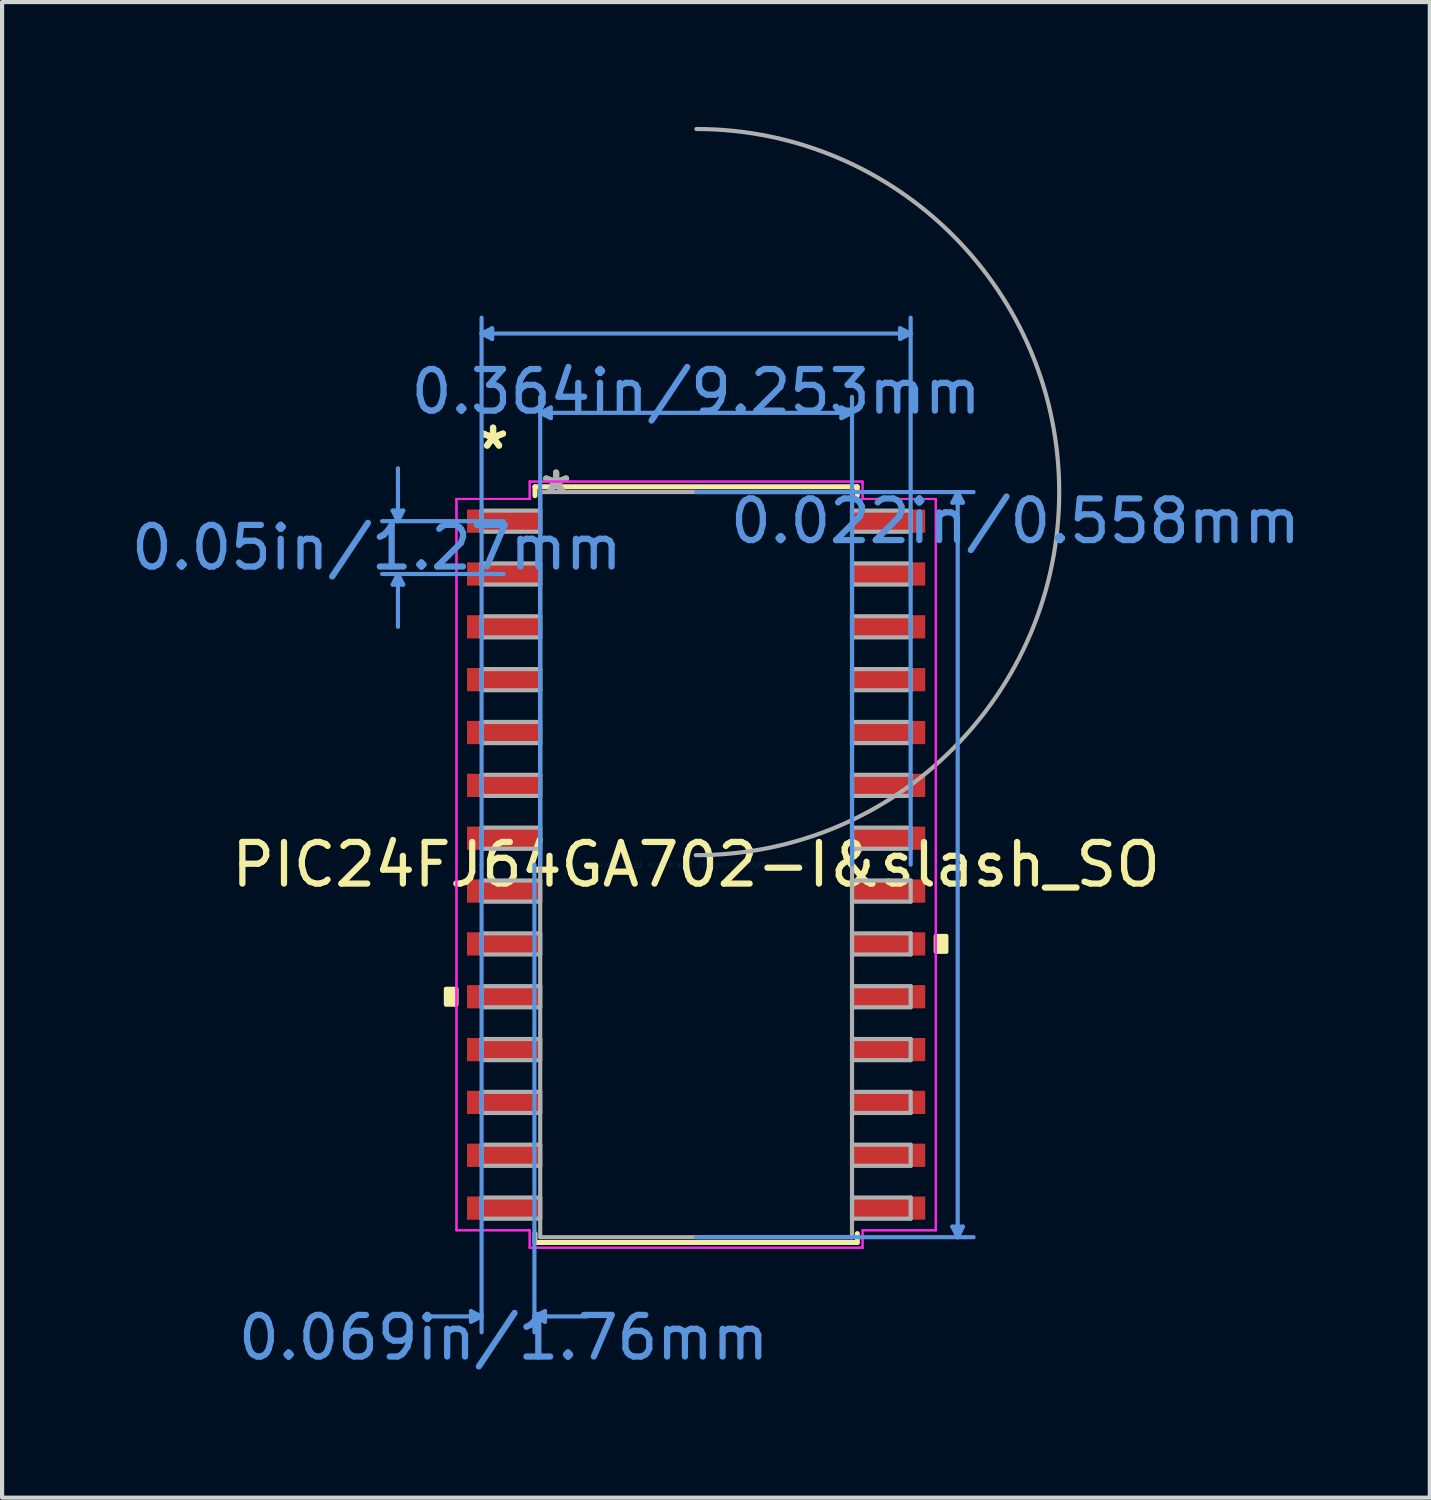
<source format=kicad_pcb>
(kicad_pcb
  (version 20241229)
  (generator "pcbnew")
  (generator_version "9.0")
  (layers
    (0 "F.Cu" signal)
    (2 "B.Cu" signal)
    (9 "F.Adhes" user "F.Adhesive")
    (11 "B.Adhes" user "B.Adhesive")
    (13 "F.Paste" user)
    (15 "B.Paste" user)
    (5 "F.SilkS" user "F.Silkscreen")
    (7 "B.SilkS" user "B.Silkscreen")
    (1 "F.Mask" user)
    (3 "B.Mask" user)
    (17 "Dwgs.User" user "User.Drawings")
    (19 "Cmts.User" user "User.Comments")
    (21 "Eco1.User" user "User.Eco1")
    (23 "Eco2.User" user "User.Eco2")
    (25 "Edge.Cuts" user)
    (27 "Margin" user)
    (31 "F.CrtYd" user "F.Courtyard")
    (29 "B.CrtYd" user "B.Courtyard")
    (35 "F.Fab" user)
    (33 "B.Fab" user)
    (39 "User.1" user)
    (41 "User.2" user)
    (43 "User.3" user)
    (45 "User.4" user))
  (footprint "PIC24FJ64GA702-I&slash_SO"
    (layer "F.Cu")
    (at 13.68 17.73)
    (property "Reference" "PIC24FJ64GA702-I&slash_SO" (at 0 0 0) (layer "F.SilkS") (effects (font (size 1 1) (thickness 0.15))))
    (attr through_hole)
    (fp_line (start -3.873 -9.081) (end -3.873 -8.867) (stroke (width 0.12) (type solid)) (layer "F.SilkS"))
    (fp_line (start -3.873 8.867) (end -3.873 9.081) (stroke (width 0.12) (type solid)) (layer "F.SilkS"))
    (fp_line (start -3.873 9.081) (end 3.873 9.081) (stroke (width 0.12) (type solid)) (layer "F.SilkS"))
    (fp_line (start 3.873 -9.081) (end -3.873 -9.081) (stroke (width 0.12) (type solid)) (layer "F.SilkS"))
    (fp_line (start 3.873 -8.867) (end 3.873 -9.081) (stroke (width 0.12) (type solid)) (layer "F.SilkS"))
    (fp_line (start 3.873 9.081) (end 3.873 8.867) (stroke (width 0.12) (type solid)) (layer "F.SilkS"))
    (fp_poly (pts (xy -6.014 2.985) (xy -6.014 3.365) (xy -5.76 3.365) (xy -5.76 2.985)) (stroke (width 0.1) (type solid)) (fill yes) (layer "F.SilkS"))
    (fp_poly (pts (xy 6.014 1.714) (xy 6.014 2.095) (xy 5.76 2.095) (xy 5.76 1.714)) (stroke (width 0.1) (type solid)) (fill yes) (layer "F.SilkS"))
    (fp_line (start -7.293 -8.509) (end -7.039 -8.509) (stroke (width 0.1) (type solid)) (layer "Cmts.User"))
    (fp_line (start -7.293 -6.731) (end -7.039 -6.731) (stroke (width 0.1) (type solid)) (layer "Cmts.User"))
    (fp_line (start -7.166 -8.255) (end -7.293 -8.509) (stroke (width 0.1) (type solid)) (layer "Cmts.User"))
    (fp_line (start -7.166 -8.255) (end -7.166 -9.525) (stroke (width 0.1) (type solid)) (layer "Cmts.User"))
    (fp_line (start -7.166 -8.255) (end -7.039 -8.509) (stroke (width 0.1) (type solid)) (layer "Cmts.User"))
    (fp_line (start -7.166 -6.985) (end -7.293 -6.731) (stroke (width 0.1) (type solid)) (layer "Cmts.User"))
    (fp_line (start -7.166 -6.985) (end -7.166 -5.715) (stroke (width 0.1) (type solid)) (layer "Cmts.User"))
    (fp_line (start -7.166 -6.985) (end -7.039 -6.731) (stroke (width 0.1) (type solid)) (layer "Cmts.User"))
    (fp_line (start -5.41 10.732) (end -5.41 10.986) (stroke (width 0.1) (type solid)) (layer "Cmts.User"))
    (fp_line (start -5.156 -12.764) (end -4.902 -12.89) (stroke (width 0.1) (type solid)) (layer "Cmts.User"))
    (fp_line (start -5.156 -12.764) (end -4.902 -12.636) (stroke (width 0.1) (type solid)) (layer "Cmts.User"))
    (fp_line (start -5.156 -12.764) (end 5.156 -12.764) (stroke (width 0.1) (type solid)) (layer "Cmts.User"))
    (fp_line (start -5.156 0) (end -5.156 -13.145) (stroke (width 0.1) (type solid)) (layer "Cmts.User"))
    (fp_line (start -5.156 0) (end -5.156 11.239) (stroke (width 0.1) (type solid)) (layer "Cmts.User"))
    (fp_line (start -5.156 10.858) (end -6.426 10.858) (stroke (width 0.1) (type solid)) (layer "Cmts.User"))
    (fp_line (start -5.156 10.858) (end -5.41 10.732) (stroke (width 0.1) (type solid)) (layer "Cmts.User"))
    (fp_line (start -5.156 10.858) (end -5.41 10.986) (stroke (width 0.1) (type solid)) (layer "Cmts.User"))
    (fp_line (start -4.902 -12.89) (end -4.902 -12.636) (stroke (width 0.1) (type solid)) (layer "Cmts.User"))
    (fp_line (start -4.626 -8.255) (end -7.547 -8.255) (stroke (width 0.1) (type solid)) (layer "Cmts.User"))
    (fp_line (start -4.626 -6.985) (end -7.547 -6.985) (stroke (width 0.1) (type solid)) (layer "Cmts.User"))
    (fp_line (start -3.886 0) (end -3.886 11.239) (stroke (width 0.1) (type solid)) (layer "Cmts.User"))
    (fp_line (start -3.886 10.858) (end -3.632 10.732) (stroke (width 0.1) (type solid)) (layer "Cmts.User"))
    (fp_line (start -3.886 10.858) (end -3.632 10.986) (stroke (width 0.1) (type solid)) (layer "Cmts.User"))
    (fp_line (start -3.886 10.858) (end -2.616 10.858) (stroke (width 0.1) (type solid)) (layer "Cmts.User"))
    (fp_line (start -3.747 -10.858) (end -3.493 -10.986) (stroke (width 0.1) (type solid)) (layer "Cmts.User"))
    (fp_line (start -3.747 -10.858) (end -3.493 -10.732) (stroke (width 0.1) (type solid)) (layer "Cmts.User"))
    (fp_line (start -3.747 -10.858) (end 3.747 -10.858) (stroke (width 0.1) (type solid)) (layer "Cmts.User"))
    (fp_line (start -3.747 0) (end -3.747 -11.239) (stroke (width 0.1) (type solid)) (layer "Cmts.User"))
    (fp_line (start -3.632 10.732) (end -3.632 10.986) (stroke (width 0.1) (type solid)) (layer "Cmts.User"))
    (fp_line (start -3.493 -10.986) (end -3.493 -10.732) (stroke (width 0.1) (type solid)) (layer "Cmts.User"))
    (fp_line (start 0 -8.954) (end 6.668 -8.954) (stroke (width 0.1) (type solid)) (layer "Cmts.User"))
    (fp_line (start 0 8.954) (end 6.668 8.954) (stroke (width 0.1) (type solid)) (layer "Cmts.User"))
    (fp_line (start 3.493 -10.986) (end 3.493 -10.732) (stroke (width 0.1) (type solid)) (layer "Cmts.User"))
    (fp_line (start 3.747 -10.858) (end 3.493 -10.986) (stroke (width 0.1) (type solid)) (layer "Cmts.User"))
    (fp_line (start 3.747 -10.858) (end 3.493 -10.732) (stroke (width 0.1) (type solid)) (layer "Cmts.User"))
    (fp_line (start 3.747 0) (end 3.747 -11.239) (stroke (width 0.1) (type solid)) (layer "Cmts.User"))
    (fp_line (start 4.902 -12.89) (end 4.902 -12.636) (stroke (width 0.1) (type solid)) (layer "Cmts.User"))
    (fp_line (start 5.156 -12.764) (end 4.902 -12.89) (stroke (width 0.1) (type solid)) (layer "Cmts.User"))
    (fp_line (start 5.156 -12.764) (end 4.902 -12.636) (stroke (width 0.1) (type solid)) (layer "Cmts.User"))
    (fp_line (start 5.156 0) (end 5.156 -13.145) (stroke (width 0.1) (type solid)) (layer "Cmts.User"))
    (fp_line (start 6.16 -8.7) (end 6.413 -8.7) (stroke (width 0.1) (type solid)) (layer "Cmts.User"))
    (fp_line (start 6.16 8.7) (end 6.413 8.7) (stroke (width 0.1) (type solid)) (layer "Cmts.User"))
    (fp_line (start 6.287 -8.954) (end 6.16 -8.7) (stroke (width 0.1) (type solid)) (layer "Cmts.User"))
    (fp_line (start 6.287 -8.954) (end 6.287 8.954) (stroke (width 0.1) (type solid)) (layer "Cmts.User"))
    (fp_line (start 6.287 -8.954) (end 6.413 -8.7) (stroke (width 0.1) (type solid)) (layer "Cmts.User"))
    (fp_line (start 6.287 8.954) (end 6.16 8.7) (stroke (width 0.1) (type solid)) (layer "Cmts.User"))
    (fp_line (start 6.287 8.954) (end 6.413 8.7) (stroke (width 0.1) (type solid)) (layer "Cmts.User"))
    (fp_line (start -5.76 -8.788) (end -4 -8.788) (stroke (width 0.05) (type solid)) (layer "F.CrtYd"))
    (fp_line (start -5.76 -8.788) (end -4 -8.788) (stroke (width 0.05) (type solid)) (layer "F.CrtYd"))
    (fp_line (start -5.76 8.788) (end -5.76 -8.788) (stroke (width 0.05) (type solid)) (layer "F.CrtYd"))
    (fp_line (start -5.76 8.788) (end -5.76 -8.788) (stroke (width 0.05) (type solid)) (layer "F.CrtYd"))
    (fp_line (start -5.76 8.788) (end -4 8.788) (stroke (width 0.05) (type solid)) (layer "F.CrtYd"))
    (fp_line (start -4 -9.207) (end 4 -9.207) (stroke (width 0.05) (type solid)) (layer "F.CrtYd"))
    (fp_line (start -4 -9.207) (end 4 -9.207) (stroke (width 0.05) (type solid)) (layer "F.CrtYd"))
    (fp_line (start -4 -8.788) (end -4 -9.207) (stroke (width 0.05) (type solid)) (layer "F.CrtYd"))
    (fp_line (start -4 -8.788) (end -4 -9.207) (stroke (width 0.05) (type solid)) (layer "F.CrtYd"))
    (fp_line (start -4 8.788) (end -5.76 8.788) (stroke (width 0.05) (type solid)) (layer "F.CrtYd"))
    (fp_line (start -4 9.207) (end -4 8.788) (stroke (width 0.05) (type solid)) (layer "F.CrtYd"))
    (fp_line (start -4 9.207) (end -4 8.788) (stroke (width 0.05) (type solid)) (layer "F.CrtYd"))
    (fp_line (start 4 -9.207) (end 4 -8.788) (stroke (width 0.05) (type solid)) (layer "F.CrtYd"))
    (fp_line (start 4 -9.207) (end 4 -8.788) (stroke (width 0.05) (type solid)) (layer "F.CrtYd"))
    (fp_line (start 4 -8.788) (end 5.76 -8.788) (stroke (width 0.05) (type solid)) (layer "F.CrtYd"))
    (fp_line (start 4 8.788) (end 4 9.207) (stroke (width 0.05) (type solid)) (layer "F.CrtYd"))
    (fp_line (start 4 8.788) (end 4 9.207) (stroke (width 0.05) (type solid)) (layer "F.CrtYd"))
    (fp_line (start 4 9.207) (end -4 9.207) (stroke (width 0.05) (type solid)) (layer "F.CrtYd"))
    (fp_line (start 4 9.207) (end -4 9.207) (stroke (width 0.05) (type solid)) (layer "F.CrtYd"))
    (fp_line (start 5.76 -8.788) (end 4 -8.788) (stroke (width 0.05) (type solid)) (layer "F.CrtYd"))
    (fp_line (start 5.76 -8.788) (end 5.76 8.788) (stroke (width 0.05) (type solid)) (layer "F.CrtYd"))
    (fp_line (start 5.76 -8.788) (end 5.76 8.788) (stroke (width 0.05) (type solid)) (layer "F.CrtYd"))
    (fp_line (start 5.76 8.788) (end 4 8.788) (stroke (width 0.05) (type solid)) (layer "F.CrtYd"))
    (fp_line (start 5.76 8.788) (end 4 8.788) (stroke (width 0.05) (type solid)) (layer "F.CrtYd"))
    (fp_line (start -5.156 -8.509) (end -5.156 -8.001) (stroke (width 0.1) (type solid)) (layer "F.Fab"))
    (fp_line (start -5.156 -8.001) (end -3.747 -8.001) (stroke (width 0.1) (type solid)) (layer "F.Fab"))
    (fp_line (start -5.156 -7.239) (end -5.156 -6.731) (stroke (width 0.1) (type solid)) (layer "F.Fab"))
    (fp_line (start -5.156 -6.731) (end -3.747 -6.731) (stroke (width 0.1) (type solid)) (layer "F.Fab"))
    (fp_line (start -5.156 -5.969) (end -5.156 -5.461) (stroke (width 0.1) (type solid)) (layer "F.Fab"))
    (fp_line (start -5.156 -5.461) (end -3.747 -5.461) (stroke (width 0.1) (type solid)) (layer "F.Fab"))
    (fp_line (start -5.156 -4.699) (end -5.156 -4.191) (stroke (width 0.1) (type solid)) (layer "F.Fab"))
    (fp_line (start -5.156 -4.191) (end -3.747 -4.191) (stroke (width 0.1) (type solid)) (layer "F.Fab"))
    (fp_line (start -5.156 -3.429) (end -5.156 -2.921) (stroke (width 0.1) (type solid)) (layer "F.Fab"))
    (fp_line (start -5.156 -2.921) (end -3.747 -2.921) (stroke (width 0.1) (type solid)) (layer "F.Fab"))
    (fp_line (start -5.156 -2.159) (end -5.156 -1.651) (stroke (width 0.1) (type solid)) (layer "F.Fab"))
    (fp_line (start -5.156 -1.651) (end -3.747 -1.651) (stroke (width 0.1) (type solid)) (layer "F.Fab"))
    (fp_line (start -5.156 -0.889) (end -5.156 -0.381) (stroke (width 0.1) (type solid)) (layer "F.Fab"))
    (fp_line (start -5.156 -0.381) (end -3.747 -0.381) (stroke (width 0.1) (type solid)) (layer "F.Fab"))
    (fp_line (start -5.156 0.381) (end -5.156 0.889) (stroke (width 0.1) (type solid)) (layer "F.Fab"))
    (fp_line (start -5.156 0.889) (end -3.747 0.889) (stroke (width 0.1) (type solid)) (layer "F.Fab"))
    (fp_line (start -5.156 1.651) (end -5.156 2.159) (stroke (width 0.1) (type solid)) (layer "F.Fab"))
    (fp_line (start -5.156 2.159) (end -3.747 2.159) (stroke (width 0.1) (type solid)) (layer "F.Fab"))
    (fp_line (start -5.156 2.921) (end -5.156 3.429) (stroke (width 0.1) (type solid)) (layer "F.Fab"))
    (fp_line (start -5.156 3.429) (end -3.747 3.429) (stroke (width 0.1) (type solid)) (layer "F.Fab"))
    (fp_line (start -5.156 4.191) (end -5.156 4.699) (stroke (width 0.1) (type solid)) (layer "F.Fab"))
    (fp_line (start -5.156 4.699) (end -3.747 4.699) (stroke (width 0.1) (type solid)) (layer "F.Fab"))
    (fp_line (start -5.156 5.461) (end -5.156 5.969) (stroke (width 0.1) (type solid)) (layer "F.Fab"))
    (fp_line (start -5.156 5.969) (end -3.747 5.969) (stroke (width 0.1) (type solid)) (layer "F.Fab"))
    (fp_line (start -5.156 6.731) (end -5.156 7.239) (stroke (width 0.1) (type solid)) (layer "F.Fab"))
    (fp_line (start -5.156 7.239) (end -3.747 7.239) (stroke (width 0.1) (type solid)) (layer "F.Fab"))
    (fp_line (start -5.156 8.001) (end -5.156 8.509) (stroke (width 0.1) (type solid)) (layer "F.Fab"))
    (fp_line (start -5.156 8.509) (end -3.747 8.509) (stroke (width 0.1) (type solid)) (layer "F.Fab"))
    (fp_line (start -3.747 -8.954) (end -3.747 8.954) (stroke (width 0.1) (type solid)) (layer "F.Fab"))
    (fp_line (start -3.747 -8.509) (end -5.156 -8.509) (stroke (width 0.1) (type solid)) (layer "F.Fab"))
    (fp_line (start -3.747 -8.001) (end -3.747 -8.509) (stroke (width 0.1) (type solid)) (layer "F.Fab"))
    (fp_line (start -3.747 -7.239) (end -5.156 -7.239) (stroke (width 0.1) (type solid)) (layer "F.Fab"))
    (fp_line (start -3.747 -6.731) (end -3.747 -7.239) (stroke (width 0.1) (type solid)) (layer "F.Fab"))
    (fp_line (start -3.747 -5.969) (end -5.156 -5.969) (stroke (width 0.1) (type solid)) (layer "F.Fab"))
    (fp_line (start -3.747 -5.461) (end -3.747 -5.969) (stroke (width 0.1) (type solid)) (layer "F.Fab"))
    (fp_line (start -3.747 -4.699) (end -5.156 -4.699) (stroke (width 0.1) (type solid)) (layer "F.Fab"))
    (fp_line (start -3.747 -4.191) (end -3.747 -4.699) (stroke (width 0.1) (type solid)) (layer "F.Fab"))
    (fp_line (start -3.747 -3.429) (end -5.156 -3.429) (stroke (width 0.1) (type solid)) (layer "F.Fab"))
    (fp_line (start -3.747 -2.921) (end -3.747 -3.429) (stroke (width 0.1) (type solid)) (layer "F.Fab"))
    (fp_line (start -3.747 -2.159) (end -5.156 -2.159) (stroke (width 0.1) (type solid)) (layer "F.Fab"))
    (fp_line (start -3.747 -1.651) (end -3.747 -2.159) (stroke (width 0.1) (type solid)) (layer "F.Fab"))
    (fp_line (start -3.747 -0.889) (end -5.156 -0.889) (stroke (width 0.1) (type solid)) (layer "F.Fab"))
    (fp_line (start -3.747 -0.381) (end -3.747 -0.889) (stroke (width 0.1) (type solid)) (layer "F.Fab"))
    (fp_line (start -3.747 0.381) (end -5.156 0.381) (stroke (width 0.1) (type solid)) (layer "F.Fab"))
    (fp_line (start -3.747 0.889) (end -3.747 0.381) (stroke (width 0.1) (type solid)) (layer "F.Fab"))
    (fp_line (start -3.747 1.651) (end -5.156 1.651) (stroke (width 0.1) (type solid)) (layer "F.Fab"))
    (fp_line (start -3.747 2.159) (end -3.747 1.651) (stroke (width 0.1) (type solid)) (layer "F.Fab"))
    (fp_line (start -3.747 2.921) (end -5.156 2.921) (stroke (width 0.1) (type solid)) (layer "F.Fab"))
    (fp_line (start -3.747 3.429) (end -3.747 2.921) (stroke (width 0.1) (type solid)) (layer "F.Fab"))
    (fp_line (start -3.747 4.191) (end -5.156 4.191) (stroke (width 0.1) (type solid)) (layer "F.Fab"))
    (fp_line (start -3.747 4.699) (end -3.747 4.191) (stroke (width 0.1) (type solid)) (layer "F.Fab"))
    (fp_line (start -3.747 5.461) (end -5.156 5.461) (stroke (width 0.1) (type solid)) (layer "F.Fab"))
    (fp_line (start -3.747 5.969) (end -3.747 5.461) (stroke (width 0.1) (type solid)) (layer "F.Fab"))
    (fp_line (start -3.747 6.731) (end -5.156 6.731) (stroke (width 0.1) (type solid)) (layer "F.Fab"))
    (fp_line (start -3.747 7.239) (end -3.747 6.731) (stroke (width 0.1) (type solid)) (layer "F.Fab"))
    (fp_line (start -3.747 8.001) (end -5.156 8.001) (stroke (width 0.1) (type solid)) (layer "F.Fab"))
    (fp_line (start -3.747 8.509) (end -3.747 8.001) (stroke (width 0.1) (type solid)) (layer "F.Fab"))
    (fp_line (start -3.747 8.954) (end 3.747 8.954) (stroke (width 0.1) (type solid)) (layer "F.Fab"))
    (fp_line (start 3.747 -8.954) (end -3.747 -8.954) (stroke (width 0.1) (type solid)) (layer "F.Fab"))
    (fp_line (start 3.747 -8.509) (end 3.747 -8.001) (stroke (width 0.1) (type solid)) (layer "F.Fab"))
    (fp_line (start 3.747 -8.001) (end 5.156 -8.001) (stroke (width 0.1) (type solid)) (layer "F.Fab"))
    (fp_line (start 3.747 -7.239) (end 3.747 -6.731) (stroke (width 0.1) (type solid)) (layer "F.Fab"))
    (fp_line (start 3.747 -6.731) (end 5.156 -6.731) (stroke (width 0.1) (type solid)) (layer "F.Fab"))
    (fp_line (start 3.747 -5.969) (end 3.747 -5.461) (stroke (width 0.1) (type solid)) (layer "F.Fab"))
    (fp_line (start 3.747 -5.461) (end 5.156 -5.461) (stroke (width 0.1) (type solid)) (layer "F.Fab"))
    (fp_line (start 3.747 -4.699) (end 3.747 -4.191) (stroke (width 0.1) (type solid)) (layer "F.Fab"))
    (fp_line (start 3.747 -4.191) (end 5.156 -4.191) (stroke (width 0.1) (type solid)) (layer "F.Fab"))
    (fp_line (start 3.747 -3.429) (end 3.747 -2.921) (stroke (width 0.1) (type solid)) (layer "F.Fab"))
    (fp_line (start 3.747 -2.921) (end 5.156 -2.921) (stroke (width 0.1) (type solid)) (layer "F.Fab"))
    (fp_line (start 3.747 -2.159) (end 3.747 -1.651) (stroke (width 0.1) (type solid)) (layer "F.Fab"))
    (fp_line (start 3.747 -1.651) (end 5.156 -1.651) (stroke (width 0.1) (type solid)) (layer "F.Fab"))
    (fp_line (start 3.747 -0.889) (end 3.747 -0.381) (stroke (width 0.1) (type solid)) (layer "F.Fab"))
    (fp_line (start 3.747 -0.381) (end 5.156 -0.381) (stroke (width 0.1) (type solid)) (layer "F.Fab"))
    (fp_line (start 3.747 0.381) (end 3.747 0.889) (stroke (width 0.1) (type solid)) (layer "F.Fab"))
    (fp_line (start 3.747 0.889) (end 5.156 0.889) (stroke (width 0.1) (type solid)) (layer "F.Fab"))
    (fp_line (start 3.747 1.651) (end 3.747 2.159) (stroke (width 0.1) (type solid)) (layer "F.Fab"))
    (fp_line (start 3.747 2.159) (end 5.156 2.159) (stroke (width 0.1) (type solid)) (layer "F.Fab"))
    (fp_line (start 3.747 2.921) (end 3.747 3.429) (stroke (width 0.1) (type solid)) (layer "F.Fab"))
    (fp_line (start 3.747 3.429) (end 5.156 3.429) (stroke (width 0.1) (type solid)) (layer "F.Fab"))
    (fp_line (start 3.747 4.191) (end 3.747 4.699) (stroke (width 0.1) (type solid)) (layer "F.Fab"))
    (fp_line (start 3.747 4.699) (end 5.156 4.699) (stroke (width 0.1) (type solid)) (layer "F.Fab"))
    (fp_line (start 3.747 5.461) (end 3.747 5.969) (stroke (width 0.1) (type solid)) (layer "F.Fab"))
    (fp_line (start 3.747 5.969) (end 5.156 5.969) (stroke (width 0.1) (type solid)) (layer "F.Fab"))
    (fp_line (start 3.747 6.731) (end 3.747 7.239) (stroke (width 0.1) (type solid)) (layer "F.Fab"))
    (fp_line (start 3.747 7.239) (end 5.156 7.239) (stroke (width 0.1) (type solid)) (layer "F.Fab"))
    (fp_line (start 3.747 8.001) (end 3.747 8.509) (stroke (width 0.1) (type solid)) (layer "F.Fab"))
    (fp_line (start 3.747 8.509) (end 5.156 8.509) (stroke (width 0.1) (type solid)) (layer "F.Fab"))
    (fp_line (start 3.747 8.954) (end 3.747 -8.954) (stroke (width 0.1) (type solid)) (layer "F.Fab"))
    (fp_line (start 5.156 -8.509) (end 3.747 -8.509) (stroke (width 0.1) (type solid)) (layer "F.Fab"))
    (fp_line (start 5.156 -8.001) (end 5.156 -8.509) (stroke (width 0.1) (type solid)) (layer "F.Fab"))
    (fp_line (start 5.156 -7.239) (end 3.747 -7.239) (stroke (width 0.1) (type solid)) (layer "F.Fab"))
    (fp_line (start 5.156 -6.731) (end 5.156 -7.239) (stroke (width 0.1) (type solid)) (layer "F.Fab"))
    (fp_line (start 5.156 -5.969) (end 3.747 -5.969) (stroke (width 0.1) (type solid)) (layer "F.Fab"))
    (fp_line (start 5.156 -5.461) (end 5.156 -5.969) (stroke (width 0.1) (type solid)) (layer "F.Fab"))
    (fp_line (start 5.156 -4.699) (end 3.747 -4.699) (stroke (width 0.1) (type solid)) (layer "F.Fab"))
    (fp_line (start 5.156 -4.191) (end 5.156 -4.699) (stroke (width 0.1) (type solid)) (layer "F.Fab"))
    (fp_line (start 5.156 -3.429) (end 3.747 -3.429) (stroke (width 0.1) (type solid)) (layer "F.Fab"))
    (fp_line (start 5.156 -2.921) (end 5.156 -3.429) (stroke (width 0.1) (type solid)) (layer "F.Fab"))
    (fp_line (start 5.156 -2.159) (end 3.747 -2.159) (stroke (width 0.1) (type solid)) (layer "F.Fab"))
    (fp_line (start 5.156 -1.651) (end 5.156 -2.159) (stroke (width 0.1) (type solid)) (layer "F.Fab"))
    (fp_line (start 5.156 -0.889) (end 3.747 -0.889) (stroke (width 0.1) (type solid)) (layer "F.Fab"))
    (fp_line (start 5.156 -0.381) (end 5.156 -0.889) (stroke (width 0.1) (type solid)) (layer "F.Fab"))
    (fp_line (start 5.156 0.381) (end 3.747 0.381) (stroke (width 0.1) (type solid)) (layer "F.Fab"))
    (fp_line (start 5.156 0.889) (end 5.156 0.381) (stroke (width 0.1) (type solid)) (layer "F.Fab"))
    (fp_line (start 5.156 1.651) (end 3.747 1.651) (stroke (width 0.1) (type solid)) (layer "F.Fab"))
    (fp_line (start 5.156 2.159) (end 5.156 1.651) (stroke (width 0.1) (type solid)) (layer "F.Fab"))
    (fp_line (start 5.156 2.921) (end 3.747 2.921) (stroke (width 0.1) (type solid)) (layer "F.Fab"))
    (fp_line (start 5.156 3.429) (end 5.156 2.921) (stroke (width 0.1) (type solid)) (layer "F.Fab"))
    (fp_line (start 5.156 4.191) (end 3.747 4.191) (stroke (width 0.1) (type solid)) (layer "F.Fab"))
    (fp_line (start 5.156 4.699) (end 5.156 4.191) (stroke (width 0.1) (type solid)) (layer "F.Fab"))
    (fp_line (start 5.156 5.461) (end 3.747 5.461) (stroke (width 0.1) (type solid)) (layer "F.Fab"))
    (fp_line (start 5.156 5.969) (end 5.156 5.461) (stroke (width 0.1) (type solid)) (layer "F.Fab"))
    (fp_line (start 5.156 6.731) (end 3.747 6.731) (stroke (width 0.1) (type solid)) (layer "F.Fab"))
    (fp_line (start 5.156 7.239) (end 5.156 6.731) (stroke (width 0.1) (type solid)) (layer "F.Fab"))
    (fp_line (start 5.156 8.001) (end 3.747 8.001) (stroke (width 0.1) (type solid)) (layer "F.Fab"))
    (fp_line (start 5.156 8.509) (end 5.156 8.001) (stroke (width 0.1) (type solid)) (layer "F.Fab"))
    (fp_arc (start 0.007742 -17.679581) (mid 8.726081 -8.945758) (end -0.007742 -0.227419) (stroke (width 0.1) (type solid)) (layer "F.Fab"))
    (fp_text user "*" (at -4.88 -9.956 0) (layer "F.SilkS") (effects (font (size 1 1) (thickness 0.15))))
    (fp_text user "*" (at -4.88 -9.956 0) (layer "F.SilkS") (effects (font (size 1 1) (thickness 0.15))))
    (fp_text user "0.069in/1.76mm" (at -4.626 11.367 0) (layer "Cmts.User") (effects (font (size 1 1) (thickness 0.15))))
    (fp_text user "0.364in/9.253mm" (at 0 -11.367 0) (layer "Cmts.User") (effects (font (size 1 1) (thickness 0.15))))
    (fp_text user "0.05in/1.27mm" (at -7.674 -7.62 0) (layer "Cmts.User") (effects (font (size 1 1) (thickness 0.15))))
    (fp_text user "0.022in/0.558mm" (at 7.674 -8.255 0) (layer "Cmts.User") (effects (font (size 1 1) (thickness 0.15))))
    (fp_text user "Copyright 2021 Accelerated Designs. All rights reserved." (at 0 0 0) (layer "Cmts.User") (effects (font (size 0.127 0.127) (thickness 0.002))))
    (fp_text user "*" (at -3.365 -8.877 0) (layer "F.Fab") (effects (font (size 1 1) (thickness 0.15))))
    (fp_text user "*" (at -3.365 -8.877 0) (layer "F.Fab") (effects (font (size 1 1) (thickness 0.15))))
    (pad "1" smd rect (at -4.626 -8.255) (size 1.76 0.558) (layers "F.Cu" "F.Mask" "F.Paste"))
    (pad "2" smd rect (at -4.626 -6.985) (size 1.76 0.558) (layers "F.Cu" "F.Mask" "F.Paste"))
    (pad "3" smd rect (at -4.626 -5.715) (size 1.76 0.558) (layers "F.Cu" "F.Mask" "F.Paste"))
    (pad "4" smd rect (at -4.626 -4.445) (size 1.76 0.558) (layers "F.Cu" "F.Mask" "F.Paste"))
    (pad "5" smd rect (at -4.626 -3.175) (size 1.76 0.558) (layers "F.Cu" "F.Mask" "F.Paste"))
    (pad "6" smd rect (at -4.626 -1.905) (size 1.76 0.558) (layers "F.Cu" "F.Mask" "F.Paste"))
    (pad "7" smd rect (at -4.626 -0.635) (size 1.76 0.558) (layers "F.Cu" "F.Mask" "F.Paste"))
    (pad "8" smd rect (at -4.626 0.635) (size 1.76 0.558) (layers "F.Cu" "F.Mask" "F.Paste"))
    (pad "9" smd rect (at -4.626 1.905) (size 1.76 0.558) (layers "F.Cu" "F.Mask" "F.Paste"))
    (pad "10" smd rect (at -4.626 3.175) (size 1.76 0.558) (layers "F.Cu" "F.Mask" "F.Paste"))
    (pad "11" smd rect (at -4.626 4.445) (size 1.76 0.558) (layers "F.Cu" "F.Mask" "F.Paste"))
    (pad "12" smd rect (at -4.626 5.715) (size 1.76 0.558) (layers "F.Cu" "F.Mask" "F.Paste"))
    (pad "13" smd rect (at -4.626 6.985) (size 1.76 0.558) (layers "F.Cu" "F.Mask" "F.Paste"))
    (pad "14" smd rect (at -4.626 8.255) (size 1.76 0.558) (layers "F.Cu" "F.Mask" "F.Paste"))
    (pad "15" smd rect (at 4.626 8.255) (size 1.76 0.558) (layers "F.Cu" "F.Mask" "F.Paste"))
    (pad "16" smd rect (at 4.626 6.985) (size 1.76 0.558) (layers "F.Cu" "F.Mask" "F.Paste"))
    (pad "17" smd rect (at 4.626 5.715) (size 1.76 0.558) (layers "F.Cu" "F.Mask" "F.Paste"))
    (pad "18" smd rect (at 4.626 4.445) (size 1.76 0.558) (layers "F.Cu" "F.Mask" "F.Paste"))
    (pad "19" smd rect (at 4.626 3.175) (size 1.76 0.558) (layers "F.Cu" "F.Mask" "F.Paste"))
    (pad "20" smd rect (at 4.626 1.905) (size 1.76 0.558) (layers "F.Cu" "F.Mask" "F.Paste"))
    (pad "21" smd rect (at 4.626 0.635) (size 1.76 0.558) (layers "F.Cu" "F.Mask" "F.Paste"))
    (pad "22" smd rect (at 4.626 -0.635) (size 1.76 0.558) (layers "F.Cu" "F.Mask" "F.Paste"))
    (pad "23" smd rect (at 4.626 -1.905) (size 1.76 0.558) (layers "F.Cu" "F.Mask" "F.Paste"))
    (pad "24" smd rect (at 4.626 -3.175) (size 1.76 0.558) (layers "F.Cu" "F.Mask" "F.Paste"))
    (pad "25" smd rect (at 4.626 -4.445) (size 1.76 0.558) (layers "F.Cu" "F.Mask" "F.Paste"))
    (pad "26" smd rect (at 4.626 -5.715) (size 1.76 0.558) (layers "F.Cu" "F.Mask" "F.Paste"))
    (pad "27" smd rect (at 4.626 -6.985) (size 1.76 0.558) (layers "F.Cu" "F.Mask" "F.Paste"))
    (pad "28" smd rect (at 4.626 -8.255) (size 1.76 0.558) (layers "F.Cu" "F.Mask" "F.Paste")))
  (gr_rect
    (start -3 -3)
    (end 31.313 32.944)
    (stroke (width 0.1) (type default))
    (fill no)
    (layer "Edge.Cuts")))
</source>
